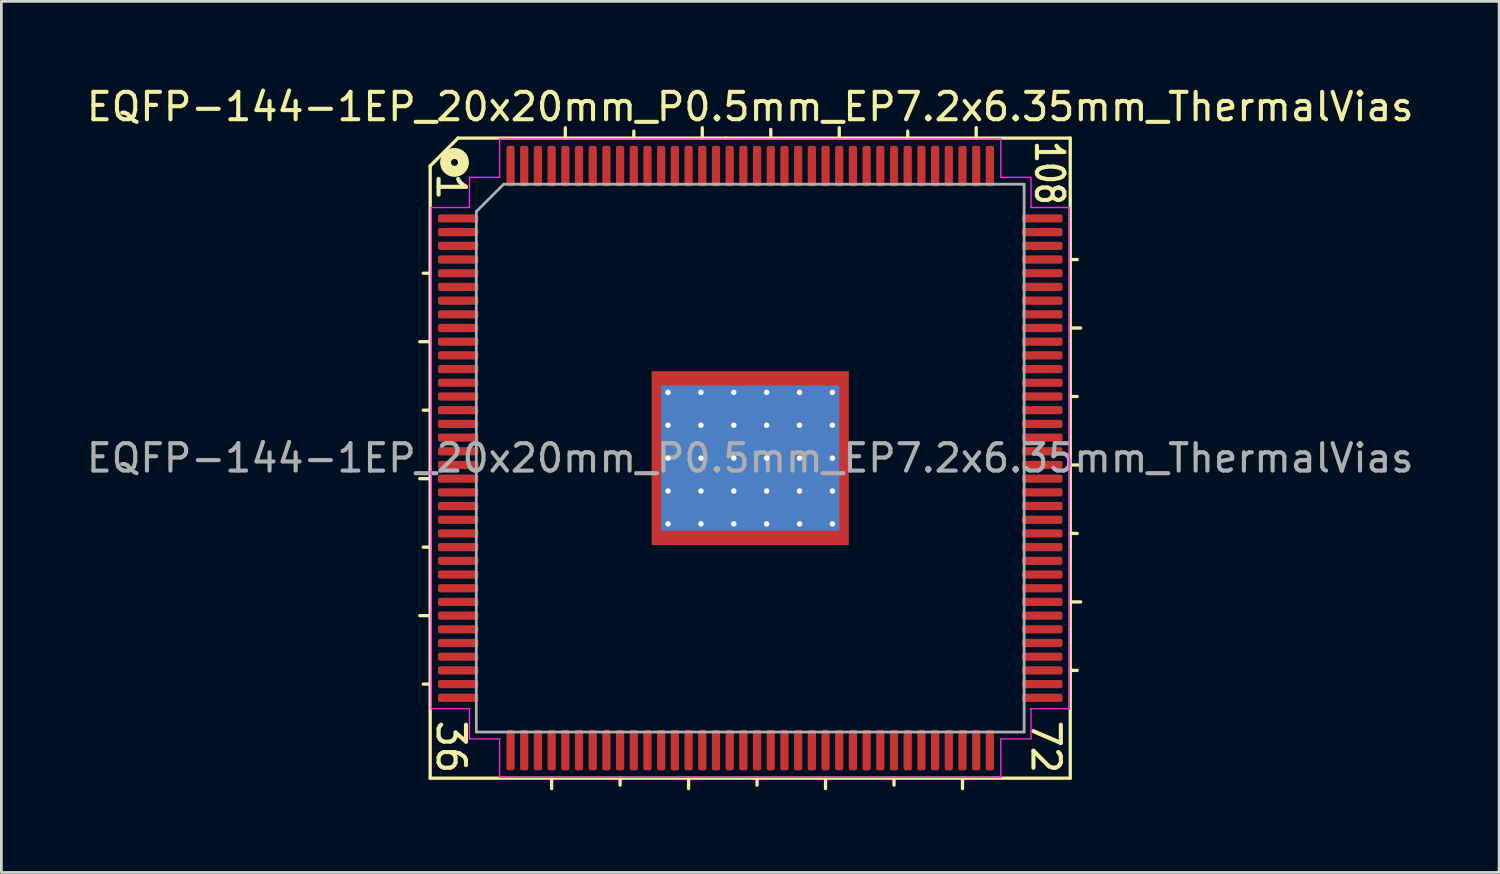
<source format=kicad_pcb>
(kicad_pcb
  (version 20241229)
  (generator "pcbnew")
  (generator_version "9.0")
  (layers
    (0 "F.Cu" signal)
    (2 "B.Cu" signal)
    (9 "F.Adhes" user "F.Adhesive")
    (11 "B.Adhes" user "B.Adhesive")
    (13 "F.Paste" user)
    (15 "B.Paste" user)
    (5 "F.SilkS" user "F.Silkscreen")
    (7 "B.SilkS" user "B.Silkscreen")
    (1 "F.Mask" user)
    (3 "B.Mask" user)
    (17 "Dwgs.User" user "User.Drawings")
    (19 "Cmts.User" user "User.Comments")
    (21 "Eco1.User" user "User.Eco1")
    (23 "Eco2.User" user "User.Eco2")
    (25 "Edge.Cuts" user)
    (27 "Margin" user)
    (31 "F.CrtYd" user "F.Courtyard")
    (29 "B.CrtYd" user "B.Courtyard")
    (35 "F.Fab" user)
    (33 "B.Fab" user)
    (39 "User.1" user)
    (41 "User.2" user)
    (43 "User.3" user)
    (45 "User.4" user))
  (footprint "EQFP-144-1EP_20x20mm_P0.5mm_EP7.2x6.35mm_ThermalVias"
    (layer "F.Cu")
    (at 24.339 13.675)
    (property "Reference" "EQFP-144-1EP_20x20mm_P0.5mm_EP7.2x6.35mm_ThermalVias" (at 0 -12.827 0) (layer "F.SilkS") (effects (font (size 1 1) (thickness 0.15))))
    (attr smd)
    (fp_line (start -11.684 -10.668) (end -11.684 11.684) (stroke (width 0.12) (type solid)) (layer "F.SilkS"))
    (fp_line (start -11.684 -6.75) (end -11.938 -6.75) (stroke (width 0.12) (type solid)) (layer "F.SilkS"))
    (fp_line (start -11.684 -4.25) (end -12.065 -4.25) (stroke (width 0.12) (type solid)) (layer "F.SilkS"))
    (fp_line (start -11.684 -1.75) (end -11.938 -1.75) (stroke (width 0.12) (type solid)) (layer "F.SilkS"))
    (fp_line (start -11.684 0.75) (end -12.065 0.75) (stroke (width 0.12) (type solid)) (layer "F.SilkS"))
    (fp_line (start -11.684 3.25) (end -11.938 3.25) (stroke (width 0.12) (type solid)) (layer "F.SilkS"))
    (fp_line (start -11.684 5.75) (end -12.065 5.75) (stroke (width 0.12) (type solid)) (layer "F.SilkS"))
    (fp_line (start -11.684 8.25) (end -11.938 8.25) (stroke (width 0.12) (type solid)) (layer "F.SilkS"))
    (fp_line (start -11.684 11.684) (end 11.684 11.684) (stroke (width 0.12) (type solid)) (layer "F.SilkS"))
    (fp_line (start -10.668 -11.684) (end -11.684 -10.668) (stroke (width 0.12) (type solid)) (layer "F.SilkS"))
    (fp_line (start -7.25 11.684) (end -7.25 12.065) (stroke (width 0.12) (type solid)) (layer "F.SilkS"))
    (fp_line (start -6.75 -11.684) (end -6.75 -12.065) (stroke (width 0.12) (type solid)) (layer "F.SilkS"))
    (fp_line (start -4.75 11.684) (end -4.75 11.938) (stroke (width 0.12) (type solid)) (layer "F.SilkS"))
    (fp_line (start -4.25 -11.684) (end -4.25 -11.938) (stroke (width 0.12) (type solid)) (layer "F.SilkS"))
    (fp_line (start -2.25 11.684) (end -2.25 12.065) (stroke (width 0.12) (type solid)) (layer "F.SilkS"))
    (fp_line (start -1.75 -11.684) (end -1.75 -12.065) (stroke (width 0.12) (type solid)) (layer "F.SilkS"))
    (fp_line (start -0.889 -11.684) (end -10.668 -11.684) (stroke (width 0.12) (type solid)) (layer "F.SilkS"))
    (fp_line (start 0.25 11.684) (end 0.25 11.938) (stroke (width 0.12) (type solid)) (layer "F.SilkS"))
    (fp_line (start 0.75 -11.75) (end 0.75 -12) (stroke (width 0.12) (type solid)) (layer "F.SilkS"))
    (fp_line (start 2.75 11.684) (end 2.75 12.065) (stroke (width 0.12) (type solid)) (layer "F.SilkS"))
    (fp_line (start 3.25 -11.684) (end 3.25 -12.065) (stroke (width 0.12) (type solid)) (layer "F.SilkS"))
    (fp_line (start 5.25 11.684) (end 5.25 11.938) (stroke (width 0.12) (type solid)) (layer "F.SilkS"))
    (fp_line (start 5.75 -11.684) (end 5.75 -11.938) (stroke (width 0.12) (type solid)) (layer "F.SilkS"))
    (fp_line (start 7.75 11.684) (end 7.75 12.065) (stroke (width 0.12) (type solid)) (layer "F.SilkS"))
    (fp_line (start 8.25 -11.684) (end 8.25 -12.065) (stroke (width 0.12) (type solid)) (layer "F.SilkS"))
    (fp_line (start 11.684 -11.684) (end -0.889 -11.684) (stroke (width 0.12) (type solid)) (layer "F.SilkS"))
    (fp_line (start 11.684 -7.25) (end 11.938 -7.25) (stroke (width 0.12) (type solid)) (layer "F.SilkS"))
    (fp_line (start 11.684 -4.75) (end 12.065 -4.75) (stroke (width 0.12) (type solid)) (layer "F.SilkS"))
    (fp_line (start 11.684 -2.25) (end 11.938 -2.25) (stroke (width 0.12) (type solid)) (layer "F.SilkS"))
    (fp_line (start 11.684 0.25) (end 12.065 0.25) (stroke (width 0.12) (type solid)) (layer "F.SilkS"))
    (fp_line (start 11.684 2.75) (end 11.938 2.75) (stroke (width 0.12) (type solid)) (layer "F.SilkS"))
    (fp_line (start 11.684 5.25) (end 12.065 5.25) (stroke (width 0.12) (type solid)) (layer "F.SilkS"))
    (fp_line (start 11.684 7.75) (end 11.938 7.75) (stroke (width 0.12) (type solid)) (layer "F.SilkS"))
    (fp_line (start 11.684 11.684) (end 11.684 -11.684) (stroke (width 0.12) (type solid)) (layer "F.SilkS"))
    (fp_circle (center -10.795 -10.795) (end -10.668 -10.795) (stroke (width 0.4) (type solid)) (fill no) (layer "F.SilkS"))
    (fp_line (start -11.65 -9.15) (end -11.65 0) (stroke (width 0.05) (type solid)) (layer "F.CrtYd"))
    (fp_line (start -11.65 9.15) (end -11.65 0) (stroke (width 0.05) (type solid)) (layer "F.CrtYd"))
    (fp_line (start -10.25 -10.25) (end -10.25 -9.15) (stroke (width 0.05) (type solid)) (layer "F.CrtYd"))
    (fp_line (start -10.25 -9.15) (end -11.65 -9.15) (stroke (width 0.05) (type solid)) (layer "F.CrtYd"))
    (fp_line (start -10.25 9.15) (end -11.65 9.15) (stroke (width 0.05) (type solid)) (layer "F.CrtYd"))
    (fp_line (start -10.25 10.25) (end -10.25 9.15) (stroke (width 0.05) (type solid)) (layer "F.CrtYd"))
    (fp_line (start -9.15 -11.65) (end -9.15 -10.25) (stroke (width 0.05) (type solid)) (layer "F.CrtYd"))
    (fp_line (start -9.15 -10.25) (end -10.25 -10.25) (stroke (width 0.05) (type solid)) (layer "F.CrtYd"))
    (fp_line (start -9.15 10.25) (end -10.25 10.25) (stroke (width 0.05) (type solid)) (layer "F.CrtYd"))
    (fp_line (start -9.15 11.65) (end -9.15 10.25) (stroke (width 0.05) (type solid)) (layer "F.CrtYd"))
    (fp_line (start 0 -11.65) (end -9.15 -11.65) (stroke (width 0.05) (type solid)) (layer "F.CrtYd"))
    (fp_line (start 0 -11.65) (end 9.15 -11.65) (stroke (width 0.05) (type solid)) (layer "F.CrtYd"))
    (fp_line (start 0 11.65) (end -9.15 11.65) (stroke (width 0.05) (type solid)) (layer "F.CrtYd"))
    (fp_line (start 0 11.65) (end 9.15 11.65) (stroke (width 0.05) (type solid)) (layer "F.CrtYd"))
    (fp_line (start 9.15 -11.65) (end 9.15 -10.25) (stroke (width 0.05) (type solid)) (layer "F.CrtYd"))
    (fp_line (start 9.15 -10.25) (end 10.25 -10.25) (stroke (width 0.05) (type solid)) (layer "F.CrtYd"))
    (fp_line (start 9.15 10.25) (end 10.25 10.25) (stroke (width 0.05) (type solid)) (layer "F.CrtYd"))
    (fp_line (start 9.15 11.65) (end 9.15 10.25) (stroke (width 0.05) (type solid)) (layer "F.CrtYd"))
    (fp_line (start 10.25 -10.25) (end 10.25 -9.15) (stroke (width 0.05) (type solid)) (layer "F.CrtYd"))
    (fp_line (start 10.25 -9.15) (end 11.65 -9.15) (stroke (width 0.05) (type solid)) (layer "F.CrtYd"))
    (fp_line (start 10.25 9.15) (end 11.65 9.15) (stroke (width 0.05) (type solid)) (layer "F.CrtYd"))
    (fp_line (start 10.25 10.25) (end 10.25 9.15) (stroke (width 0.05) (type solid)) (layer "F.CrtYd"))
    (fp_line (start 11.65 -9.15) (end 11.65 0) (stroke (width 0.05) (type solid)) (layer "F.CrtYd"))
    (fp_line (start 11.65 9.15) (end 11.65 0) (stroke (width 0.05) (type solid)) (layer "F.CrtYd"))
    (fp_line (start -10 -9) (end -9 -10) (stroke (width 0.1) (type solid)) (layer "F.Fab"))
    (fp_line (start -10 10) (end -10 -9) (stroke (width 0.1) (type solid)) (layer "F.Fab"))
    (fp_line (start -9 -10) (end 10 -10) (stroke (width 0.1) (type solid)) (layer "F.Fab"))
    (fp_line (start 10 -10) (end 10 10) (stroke (width 0.1) (type solid)) (layer "F.Fab"))
    (fp_line (start 10 10) (end -10 10) (stroke (width 0.1) (type solid)) (layer "F.Fab"))
    (fp_text user "108" (at 10.922 -10.414 270) (unlocked yes) (layer "F.SilkS") (effects (font (size 1 0.8) (thickness 0.15))))
    (fp_text user "1" (at -10.922 -9.906 270) (unlocked yes) (layer "F.SilkS") (effects (font (size 1 1) (thickness 0.15))))
    (fp_text user "72" (at 10.795 10.541 270) (unlocked yes) (layer "F.SilkS") (effects (font (size 1 1) (thickness 0.15))))
    (fp_text user "36" (at -10.922 10.541 270) (unlocked yes) (layer "F.SilkS") (effects (font (size 1 1) (thickness 0.15))))
    (fp_text user "${REFERENCE}" (at 0 0 0) (layer "F.Fab") (effects (font (size 1 1) (thickness 0.15))))
    (pad "" smd custom (at -3.3 -2.788) (size 0.378 0.378) (layers "F.Paste") (options (anchor circle)) (primitives (gr_poly (pts (xy -0.136 -0.207) (xy 0.136 -0.207) (xy 0.136 0.119) (xy 0.048 0.207) (xy -0.136 0.207)) (width 0.212) (fill yes))))
    (pad "" smd custom (at -3.3 -1.8) (size 0.407 0.407) (layers "F.Paste") (options (anchor circle)) (primitives (gr_poly (pts (xy -0.165 -0.407) (xy 0.102 -0.407) (xy 0.165 -0.344) (xy 0.165 0.344) (xy 0.102 0.407) (xy -0.165 0.407)) (width 0.153) (fill yes))))
    (pad "" smd custom (at -3.3 -0.6) (size 0.407 0.407) (layers "F.Paste") (options (anchor circle)) (primitives (gr_poly (pts (xy -0.165 -0.407) (xy 0.102 -0.407) (xy 0.165 -0.344) (xy 0.165 0.344) (xy 0.102 0.407) (xy -0.165 0.407)) (width 0.153) (fill yes))))
    (pad "" smd custom (at -3.3 0.6) (size 0.407 0.407) (layers "F.Paste") (options (anchor circle)) (primitives (gr_poly (pts (xy -0.165 -0.407) (xy 0.102 -0.407) (xy 0.165 -0.344) (xy 0.165 0.344) (xy 0.102 0.407) (xy -0.165 0.407)) (width 0.153) (fill yes))))
    (pad "" smd custom (at -3.3 1.8) (size 0.407 0.407) (layers "F.Paste") (options (anchor circle)) (primitives (gr_poly (pts (xy -0.165 -0.407) (xy 0.102 -0.407) (xy 0.165 -0.344) (xy 0.165 0.344) (xy 0.102 0.407) (xy -0.165 0.407)) (width 0.153) (fill yes))))
    (pad "" smd custom (at -3.3 2.788) (size 0.378 0.378) (layers "F.Paste") (options (anchor circle)) (primitives (gr_poly (pts (xy -0.136 -0.207) (xy 0.048 -0.207) (xy 0.136 -0.119) (xy 0.136 0.207) (xy -0.136 0.207)) (width 0.212) (fill yes))))
    (pad "" smd roundrect (at -2.4 -2.788) (size 0.967 0.625) (layers "F.Paste") (roundrect_rratio 0.25))
    (pad "" smd roundrect (at -2.4 -1.8) (size 0.967 0.967) (layers "F.Paste") (roundrect_rratio 0.25))
    (pad "" smd roundrect (at -2.4 -0.6) (size 0.967 0.967) (layers "F.Paste") (roundrect_rratio 0.25))
    (pad "" smd roundrect (at -2.4 0.6) (size 0.967 0.967) (layers "F.Paste") (roundrect_rratio 0.25))
    (pad "" smd roundrect (at -2.4 1.8) (size 0.967 0.967) (layers "F.Paste") (roundrect_rratio 0.25))
    (pad "" smd roundrect (at -2.4 2.788) (size 0.967 0.625) (layers "F.Paste") (roundrect_rratio 0.25))
    (pad "" smd roundrect (at -1.2 -2.788) (size 0.967 0.625) (layers "F.Paste") (roundrect_rratio 0.25))
    (pad "" smd roundrect (at -1.2 -1.8) (size 0.967 0.967) (layers "F.Paste") (roundrect_rratio 0.25))
    (pad "" smd roundrect (at -1.2 -0.6) (size 0.967 0.967) (layers "F.Paste") (roundrect_rratio 0.25))
    (pad "" smd roundrect (at -1.2 0.6) (size 0.967 0.967) (layers "F.Paste") (roundrect_rratio 0.25))
    (pad "" smd roundrect (at -1.2 1.8) (size 0.967 0.967) (layers "F.Paste") (roundrect_rratio 0.25))
    (pad "" smd roundrect (at -1.2 2.788) (size 0.967 0.625) (layers "F.Paste") (roundrect_rratio 0.25))
    (pad "" smd roundrect (at 0 -2.788) (size 0.967 0.625) (layers "F.Paste") (roundrect_rratio 0.25))
    (pad "" smd roundrect (at 0 -1.8) (size 0.967 0.967) (layers "F.Paste") (roundrect_rratio 0.25))
    (pad "" smd roundrect (at 0 -0.6) (size 0.967 0.967) (layers "F.Paste") (roundrect_rratio 0.25))
    (pad "" smd roundrect (at 0 0.6) (size 0.967 0.967) (layers "F.Paste") (roundrect_rratio 0.25))
    (pad "" smd roundrect (at 0 1.8) (size 0.967 0.967) (layers "F.Paste") (roundrect_rratio 0.25))
    (pad "" smd roundrect (at 0 2.788) (size 0.967 0.625) (layers "F.Paste") (roundrect_rratio 0.25))
    (pad "" smd roundrect (at 1.2 -2.788) (size 0.967 0.625) (layers "F.Paste") (roundrect_rratio 0.25))
    (pad "" smd roundrect (at 1.2 -1.8) (size 0.967 0.967) (layers "F.Paste") (roundrect_rratio 0.25))
    (pad "" smd roundrect (at 1.2 -0.6) (size 0.967 0.967) (layers "F.Paste") (roundrect_rratio 0.25))
    (pad "" smd roundrect (at 1.2 0.6) (size 0.967 0.967) (layers "F.Paste") (roundrect_rratio 0.25))
    (pad "" smd roundrect (at 1.2 1.8) (size 0.967 0.967) (layers "F.Paste") (roundrect_rratio 0.25))
    (pad "" smd roundrect (at 1.2 2.788) (size 0.967 0.625) (layers "F.Paste") (roundrect_rratio 0.25))
    (pad "" smd roundrect (at 2.4 -2.788) (size 0.967 0.625) (layers "F.Paste") (roundrect_rratio 0.25))
    (pad "" smd roundrect (at 2.4 -1.8) (size 0.967 0.967) (layers "F.Paste") (roundrect_rratio 0.25))
    (pad "" smd roundrect (at 2.4 -0.6) (size 0.967 0.967) (layers "F.Paste") (roundrect_rratio 0.25))
    (pad "" smd roundrect (at 2.4 0.6) (size 0.967 0.967) (layers "F.Paste") (roundrect_rratio 0.25))
    (pad "" smd roundrect (at 2.4 1.8) (size 0.967 0.967) (layers "F.Paste") (roundrect_rratio 0.25))
    (pad "" smd roundrect (at 2.4 2.788) (size 0.967 0.625) (layers "F.Paste") (roundrect_rratio 0.25))
    (pad "" smd custom (at 3.3 -2.788) (size 0.378 0.378) (layers "F.Paste") (options (anchor circle)) (primitives (gr_poly (pts (xy -0.136 -0.207) (xy 0.136 -0.207) (xy 0.136 0.207) (xy -0.048 0.207) (xy -0.136 0.119)) (width 0.212) (fill yes))))
    (pad "" smd custom (at 3.3 -1.8) (size 0.407 0.407) (layers "F.Paste") (options (anchor circle)) (primitives (gr_poly (pts (xy -0.165 -0.344) (xy -0.102 -0.407) (xy 0.165 -0.407) (xy 0.165 0.407) (xy -0.102 0.407) (xy -0.165 0.344)) (width 0.153) (fill yes))))
    (pad "" smd custom (at 3.3 -0.6) (size 0.407 0.407) (layers "F.Paste") (options (anchor circle)) (primitives (gr_poly (pts (xy -0.165 -0.344) (xy -0.102 -0.407) (xy 0.165 -0.407) (xy 0.165 0.407) (xy -0.102 0.407) (xy -0.165 0.344)) (width 0.153) (fill yes))))
    (pad "" smd custom (at 3.3 0.6) (size 0.407 0.407) (layers "F.Paste") (options (anchor circle)) (primitives (gr_poly (pts (xy -0.165 -0.344) (xy -0.102 -0.407) (xy 0.165 -0.407) (xy 0.165 0.407) (xy -0.102 0.407) (xy -0.165 0.344)) (width 0.153) (fill yes))))
    (pad "" smd custom (at 3.3 1.8) (size 0.407 0.407) (layers "F.Paste") (options (anchor circle)) (primitives (gr_poly (pts (xy -0.165 -0.344) (xy -0.102 -0.407) (xy 0.165 -0.407) (xy 0.165 0.407) (xy -0.102 0.407) (xy -0.165 0.344)) (width 0.153) (fill yes))))
    (pad "" smd custom (at 3.3 2.788) (size 0.378 0.378) (layers "F.Paste") (options (anchor circle)) (primitives (gr_poly (pts (xy -0.136 -0.119) (xy -0.048 -0.207) (xy 0.136 -0.207) (xy 0.136 0.207) (xy -0.136 0.207)) (width 0.212) (fill yes))))
    (pad "1" smd roundrect (at -10.662 -8.75) (size 1.475 0.3) (layers "F.Cu" "F.Mask" "F.Paste") (roundrect_rratio 0.25))
    (pad "2" smd roundrect (at -10.662 -8.25) (size 1.475 0.3) (layers "F.Cu" "F.Mask" "F.Paste") (roundrect_rratio 0.25))
    (pad "3" smd roundrect (at -10.662 -7.75) (size 1.475 0.3) (layers "F.Cu" "F.Mask" "F.Paste") (roundrect_rratio 0.25))
    (pad "4" smd roundrect (at -10.662 -7.25) (size 1.475 0.3) (layers "F.Cu" "F.Mask" "F.Paste") (roundrect_rratio 0.25))
    (pad "5" smd roundrect (at -10.662 -6.75) (size 1.475 0.3) (layers "F.Cu" "F.Mask" "F.Paste") (roundrect_rratio 0.25))
    (pad "6" smd roundrect (at -10.662 -6.25) (size 1.475 0.3) (layers "F.Cu" "F.Mask" "F.Paste") (roundrect_rratio 0.25))
    (pad "7" smd roundrect (at -10.662 -5.75) (size 1.475 0.3) (layers "F.Cu" "F.Mask" "F.Paste") (roundrect_rratio 0.25))
    (pad "8" smd roundrect (at -10.662 -5.25) (size 1.475 0.3) (layers "F.Cu" "F.Mask" "F.Paste") (roundrect_rratio 0.25))
    (pad "9" smd roundrect (at -10.662 -4.75) (size 1.475 0.3) (layers "F.Cu" "F.Mask" "F.Paste") (roundrect_rratio 0.25))
    (pad "10" smd roundrect (at -10.662 -4.25) (size 1.475 0.3) (layers "F.Cu" "F.Mask" "F.Paste") (roundrect_rratio 0.25))
    (pad "11" smd roundrect (at -10.662 -3.75) (size 1.475 0.3) (layers "F.Cu" "F.Mask" "F.Paste") (roundrect_rratio 0.25))
    (pad "12" smd roundrect (at -10.662 -3.25) (size 1.475 0.3) (layers "F.Cu" "F.Mask" "F.Paste") (roundrect_rratio 0.25))
    (pad "13" smd roundrect (at -10.662 -2.75) (size 1.475 0.3) (layers "F.Cu" "F.Mask" "F.Paste") (roundrect_rratio 0.25))
    (pad "14" smd roundrect (at -10.662 -2.25) (size 1.475 0.3) (layers "F.Cu" "F.Mask" "F.Paste") (roundrect_rratio 0.25))
    (pad "15" smd roundrect (at -10.662 -1.75) (size 1.475 0.3) (layers "F.Cu" "F.Mask" "F.Paste") (roundrect_rratio 0.25))
    (pad "16" smd roundrect (at -10.662 -1.25) (size 1.475 0.3) (layers "F.Cu" "F.Mask" "F.Paste") (roundrect_rratio 0.25))
    (pad "17" smd roundrect (at -10.662 -0.75) (size 1.475 0.3) (layers "F.Cu" "F.Mask" "F.Paste") (roundrect_rratio 0.25))
    (pad "18" smd roundrect (at -10.662 -0.25) (size 1.475 0.3) (layers "F.Cu" "F.Mask" "F.Paste") (roundrect_rratio 0.25))
    (pad "19" smd roundrect (at -10.662 0.25) (size 1.475 0.3) (layers "F.Cu" "F.Mask" "F.Paste") (roundrect_rratio 0.25))
    (pad "20" smd roundrect (at -10.662 0.75) (size 1.475 0.3) (layers "F.Cu" "F.Mask" "F.Paste") (roundrect_rratio 0.25))
    (pad "21" smd roundrect (at -10.662 1.25) (size 1.475 0.3) (layers "F.Cu" "F.Mask" "F.Paste") (roundrect_rratio 0.25))
    (pad "22" smd roundrect (at -10.662 1.75) (size 1.475 0.3) (layers "F.Cu" "F.Mask" "F.Paste") (roundrect_rratio 0.25))
    (pad "23" smd roundrect (at -10.662 2.25) (size 1.475 0.3) (layers "F.Cu" "F.Mask" "F.Paste") (roundrect_rratio 0.25))
    (pad "24" smd roundrect (at -10.662 2.75) (size 1.475 0.3) (layers "F.Cu" "F.Mask" "F.Paste") (roundrect_rratio 0.25))
    (pad "25" smd roundrect (at -10.662 3.25) (size 1.475 0.3) (layers "F.Cu" "F.Mask" "F.Paste") (roundrect_rratio 0.25))
    (pad "26" smd roundrect (at -10.662 3.75) (size 1.475 0.3) (layers "F.Cu" "F.Mask" "F.Paste") (roundrect_rratio 0.25))
    (pad "27" smd roundrect (at -10.662 4.25) (size 1.475 0.3) (layers "F.Cu" "F.Mask" "F.Paste") (roundrect_rratio 0.25))
    (pad "28" smd roundrect (at -10.662 4.75) (size 1.475 0.3) (layers "F.Cu" "F.Mask" "F.Paste") (roundrect_rratio 0.25))
    (pad "29" smd roundrect (at -10.662 5.25) (size 1.475 0.3) (layers "F.Cu" "F.Mask" "F.Paste") (roundrect_rratio 0.25))
    (pad "30" smd roundrect (at -10.662 5.75) (size 1.475 0.3) (layers "F.Cu" "F.Mask" "F.Paste") (roundrect_rratio 0.25))
    (pad "31" smd roundrect (at -10.662 6.25) (size 1.475 0.3) (layers "F.Cu" "F.Mask" "F.Paste") (roundrect_rratio 0.25))
    (pad "32" smd roundrect (at -10.662 6.75) (size 1.475 0.3) (layers "F.Cu" "F.Mask" "F.Paste") (roundrect_rratio 0.25))
    (pad "33" smd roundrect (at -10.662 7.25) (size 1.475 0.3) (layers "F.Cu" "F.Mask" "F.Paste") (roundrect_rratio 0.25))
    (pad "34" smd roundrect (at -10.662 7.75) (size 1.475 0.3) (layers "F.Cu" "F.Mask" "F.Paste") (roundrect_rratio 0.25))
    (pad "35" smd roundrect (at -10.662 8.25) (size 1.475 0.3) (layers "F.Cu" "F.Mask" "F.Paste") (roundrect_rratio 0.25))
    (pad "36" smd roundrect (at -10.662 8.75) (size 1.475 0.3) (layers "F.Cu" "F.Mask" "F.Paste") (roundrect_rratio 0.25))
    (pad "37" smd roundrect (at -8.75 10.662) (size 0.3 1.475) (layers "F.Cu" "F.Mask" "F.Paste") (roundrect_rratio 0.25))
    (pad "38" smd roundrect (at -8.25 10.662) (size 0.3 1.475) (layers "F.Cu" "F.Mask" "F.Paste") (roundrect_rratio 0.25))
    (pad "39" smd roundrect (at -7.75 10.662) (size 0.3 1.475) (layers "F.Cu" "F.Mask" "F.Paste") (roundrect_rratio 0.25))
    (pad "40" smd roundrect (at -7.25 10.662) (size 0.3 1.475) (layers "F.Cu" "F.Mask" "F.Paste") (roundrect_rratio 0.25))
    (pad "41" smd roundrect (at -6.75 10.662) (size 0.3 1.475) (layers "F.Cu" "F.Mask" "F.Paste") (roundrect_rratio 0.25))
    (pad "42" smd roundrect (at -6.25 10.662) (size 0.3 1.475) (layers "F.Cu" "F.Mask" "F.Paste") (roundrect_rratio 0.25))
    (pad "43" smd roundrect (at -5.75 10.662) (size 0.3 1.475) (layers "F.Cu" "F.Mask" "F.Paste") (roundrect_rratio 0.25))
    (pad "44" smd roundrect (at -5.25 10.662) (size 0.3 1.475) (layers "F.Cu" "F.Mask" "F.Paste") (roundrect_rratio 0.25))
    (pad "45" smd roundrect (at -4.75 10.662) (size 0.3 1.475) (layers "F.Cu" "F.Mask" "F.Paste") (roundrect_rratio 0.25))
    (pad "46" smd roundrect (at -4.25 10.662) (size 0.3 1.475) (layers "F.Cu" "F.Mask" "F.Paste") (roundrect_rratio 0.25))
    (pad "47" smd roundrect (at -3.75 10.662) (size 0.3 1.475) (layers "F.Cu" "F.Mask" "F.Paste") (roundrect_rratio 0.25))
    (pad "48" smd roundrect (at -3.25 10.662) (size 0.3 1.475) (layers "F.Cu" "F.Mask" "F.Paste") (roundrect_rratio 0.25))
    (pad "49" smd roundrect (at -2.75 10.662) (size 0.3 1.475) (layers "F.Cu" "F.Mask" "F.Paste") (roundrect_rratio 0.25))
    (pad "50" smd roundrect (at -2.25 10.662) (size 0.3 1.475) (layers "F.Cu" "F.Mask" "F.Paste") (roundrect_rratio 0.25))
    (pad "51" smd roundrect (at -1.75 10.662) (size 0.3 1.475) (layers "F.Cu" "F.Mask" "F.Paste") (roundrect_rratio 0.25))
    (pad "52" smd roundrect (at -1.25 10.662) (size 0.3 1.475) (layers "F.Cu" "F.Mask" "F.Paste") (roundrect_rratio 0.25))
    (pad "53" smd roundrect (at -0.75 10.662) (size 0.3 1.475) (layers "F.Cu" "F.Mask" "F.Paste") (roundrect_rratio 0.25))
    (pad "54" smd roundrect (at -0.25 10.662) (size 0.3 1.475) (layers "F.Cu" "F.Mask" "F.Paste") (roundrect_rratio 0.25))
    (pad "55" smd roundrect (at 0.25 10.662) (size 0.3 1.475) (layers "F.Cu" "F.Mask" "F.Paste") (roundrect_rratio 0.25))
    (pad "56" smd roundrect (at 0.75 10.662) (size 0.3 1.475) (layers "F.Cu" "F.Mask" "F.Paste") (roundrect_rratio 0.25))
    (pad "57" smd roundrect (at 1.25 10.662) (size 0.3 1.475) (layers "F.Cu" "F.Mask" "F.Paste") (roundrect_rratio 0.25))
    (pad "58" smd roundrect (at 1.75 10.662) (size 0.3 1.475) (layers "F.Cu" "F.Mask" "F.Paste") (roundrect_rratio 0.25))
    (pad "59" smd roundrect (at 2.25 10.662) (size 0.3 1.475) (layers "F.Cu" "F.Mask" "F.Paste") (roundrect_rratio 0.25))
    (pad "60" smd roundrect (at 2.75 10.662) (size 0.3 1.475) (layers "F.Cu" "F.Mask" "F.Paste") (roundrect_rratio 0.25))
    (pad "61" smd roundrect (at 3.25 10.662) (size 0.3 1.475) (layers "F.Cu" "F.Mask" "F.Paste") (roundrect_rratio 0.25))
    (pad "62" smd roundrect (at 3.75 10.662) (size 0.3 1.475) (layers "F.Cu" "F.Mask" "F.Paste") (roundrect_rratio 0.25))
    (pad "63" smd roundrect (at 4.25 10.662) (size 0.3 1.475) (layers "F.Cu" "F.Mask" "F.Paste") (roundrect_rratio 0.25))
    (pad "64" smd roundrect (at 4.75 10.662) (size 0.3 1.475) (layers "F.Cu" "F.Mask" "F.Paste") (roundrect_rratio 0.25))
    (pad "65" smd roundrect (at 5.25 10.662) (size 0.3 1.475) (layers "F.Cu" "F.Mask" "F.Paste") (roundrect_rratio 0.25))
    (pad "66" smd roundrect (at 5.75 10.662) (size 0.3 1.475) (layers "F.Cu" "F.Mask" "F.Paste") (roundrect_rratio 0.25))
    (pad "67" smd roundrect (at 6.25 10.662) (size 0.3 1.475) (layers "F.Cu" "F.Mask" "F.Paste") (roundrect_rratio 0.25))
    (pad "68" smd roundrect (at 6.75 10.662) (size 0.3 1.475) (layers "F.Cu" "F.Mask" "F.Paste") (roundrect_rratio 0.25))
    (pad "69" smd roundrect (at 7.25 10.662) (size 0.3 1.475) (layers "F.Cu" "F.Mask" "F.Paste") (roundrect_rratio 0.25))
    (pad "70" smd roundrect (at 7.75 10.662) (size 0.3 1.475) (layers "F.Cu" "F.Mask" "F.Paste") (roundrect_rratio 0.25))
    (pad "71" smd roundrect (at 8.25 10.662) (size 0.3 1.475) (layers "F.Cu" "F.Mask" "F.Paste") (roundrect_rratio 0.25))
    (pad "72" smd roundrect (at 8.75 10.662) (size 0.3 1.475) (layers "F.Cu" "F.Mask" "F.Paste") (roundrect_rratio 0.25))
    (pad "73" smd roundrect (at 10.662 8.75) (size 1.475 0.3) (layers "F.Cu" "F.Mask" "F.Paste") (roundrect_rratio 0.25))
    (pad "74" smd roundrect (at 10.662 8.25) (size 1.475 0.3) (layers "F.Cu" "F.Mask" "F.Paste") (roundrect_rratio 0.25))
    (pad "75" smd roundrect (at 10.662 7.75) (size 1.475 0.3) (layers "F.Cu" "F.Mask" "F.Paste") (roundrect_rratio 0.25))
    (pad "76" smd roundrect (at 10.662 7.25) (size 1.475 0.3) (layers "F.Cu" "F.Mask" "F.Paste") (roundrect_rratio 0.25))
    (pad "77" smd roundrect (at 10.662 6.75) (size 1.475 0.3) (layers "F.Cu" "F.Mask" "F.Paste") (roundrect_rratio 0.25))
    (pad "78" smd roundrect (at 10.662 6.25) (size 1.475 0.3) (layers "F.Cu" "F.Mask" "F.Paste") (roundrect_rratio 0.25))
    (pad "79" smd roundrect (at 10.662 5.75) (size 1.475 0.3) (layers "F.Cu" "F.Mask" "F.Paste") (roundrect_rratio 0.25))
    (pad "80" smd roundrect (at 10.662 5.25) (size 1.475 0.3) (layers "F.Cu" "F.Mask" "F.Paste") (roundrect_rratio 0.25))
    (pad "81" smd roundrect (at 10.662 4.75) (size 1.475 0.3) (layers "F.Cu" "F.Mask" "F.Paste") (roundrect_rratio 0.25))
    (pad "82" smd roundrect (at 10.662 4.25) (size 1.475 0.3) (layers "F.Cu" "F.Mask" "F.Paste") (roundrect_rratio 0.25))
    (pad "83" smd roundrect (at 10.662 3.75) (size 1.475 0.3) (layers "F.Cu" "F.Mask" "F.Paste") (roundrect_rratio 0.25))
    (pad "84" smd roundrect (at 10.662 3.25) (size 1.475 0.3) (layers "F.Cu" "F.Mask" "F.Paste") (roundrect_rratio 0.25))
    (pad "85" smd roundrect (at 10.662 2.75) (size 1.475 0.3) (layers "F.Cu" "F.Mask" "F.Paste") (roundrect_rratio 0.25))
    (pad "86" smd roundrect (at 10.662 2.25) (size 1.475 0.3) (layers "F.Cu" "F.Mask" "F.Paste") (roundrect_rratio 0.25))
    (pad "87" smd roundrect (at 10.662 1.75) (size 1.475 0.3) (layers "F.Cu" "F.Mask" "F.Paste") (roundrect_rratio 0.25))
    (pad "88" smd roundrect (at 10.662 1.25) (size 1.475 0.3) (layers "F.Cu" "F.Mask" "F.Paste") (roundrect_rratio 0.25))
    (pad "89" smd roundrect (at 10.662 0.75) (size 1.475 0.3) (layers "F.Cu" "F.Mask" "F.Paste") (roundrect_rratio 0.25))
    (pad "90" smd roundrect (at 10.662 0.25) (size 1.475 0.3) (layers "F.Cu" "F.Mask" "F.Paste") (roundrect_rratio 0.25))
    (pad "91" smd roundrect (at 10.662 -0.25) (size 1.475 0.3) (layers "F.Cu" "F.Mask" "F.Paste") (roundrect_rratio 0.25))
    (pad "92" smd roundrect (at 10.662 -0.75) (size 1.475 0.3) (layers "F.Cu" "F.Mask" "F.Paste") (roundrect_rratio 0.25))
    (pad "93" smd roundrect (at 10.662 -1.25) (size 1.475 0.3) (layers "F.Cu" "F.Mask" "F.Paste") (roundrect_rratio 0.25))
    (pad "94" smd roundrect (at 10.662 -1.75) (size 1.475 0.3) (layers "F.Cu" "F.Mask" "F.Paste") (roundrect_rratio 0.25))
    (pad "95" smd roundrect (at 10.662 -2.25) (size 1.475 0.3) (layers "F.Cu" "F.Mask" "F.Paste") (roundrect_rratio 0.25))
    (pad "96" smd roundrect (at 10.662 -2.75) (size 1.475 0.3) (layers "F.Cu" "F.Mask" "F.Paste") (roundrect_rratio 0.25))
    (pad "97" smd roundrect (at 10.662 -3.25) (size 1.475 0.3) (layers "F.Cu" "F.Mask" "F.Paste") (roundrect_rratio 0.25))
    (pad "98" smd roundrect (at 10.662 -3.75) (size 1.475 0.3) (layers "F.Cu" "F.Mask" "F.Paste") (roundrect_rratio 0.25))
    (pad "99" smd roundrect (at 10.662 -4.25) (size 1.475 0.3) (layers "F.Cu" "F.Mask" "F.Paste") (roundrect_rratio 0.25))
    (pad "100" smd roundrect (at 10.662 -4.75) (size 1.475 0.3) (layers "F.Cu" "F.Mask" "F.Paste") (roundrect_rratio 0.25))
    (pad "101" smd roundrect (at 10.662 -5.25) (size 1.475 0.3) (layers "F.Cu" "F.Mask" "F.Paste") (roundrect_rratio 0.25))
    (pad "102" smd roundrect (at 10.662 -5.75) (size 1.475 0.3) (layers "F.Cu" "F.Mask" "F.Paste") (roundrect_rratio 0.25))
    (pad "103" smd roundrect (at 10.662 -6.25) (size 1.475 0.3) (layers "F.Cu" "F.Mask" "F.Paste") (roundrect_rratio 0.25))
    (pad "104" smd roundrect (at 10.662 -6.75) (size 1.475 0.3) (layers "F.Cu" "F.Mask" "F.Paste") (roundrect_rratio 0.25))
    (pad "105" smd roundrect (at 10.662 -7.25) (size 1.475 0.3) (layers "F.Cu" "F.Mask" "F.Paste") (roundrect_rratio 0.25))
    (pad "106" smd roundrect (at 10.662 -7.75) (size 1.475 0.3) (layers "F.Cu" "F.Mask" "F.Paste") (roundrect_rratio 0.25))
    (pad "107" smd roundrect (at 10.662 -8.25) (size 1.475 0.3) (layers "F.Cu" "F.Mask" "F.Paste") (roundrect_rratio 0.25))
    (pad "108" smd roundrect (at 10.662 -8.75) (size 1.475 0.3) (layers "F.Cu" "F.Mask" "F.Paste") (roundrect_rratio 0.25))
    (pad "109" smd roundrect (at 8.75 -10.662) (size 0.3 1.475) (layers "F.Cu" "F.Mask" "F.Paste") (roundrect_rratio 0.25))
    (pad "110" smd roundrect (at 8.25 -10.662) (size 0.3 1.475) (layers "F.Cu" "F.Mask" "F.Paste") (roundrect_rratio 0.25))
    (pad "111" smd roundrect (at 7.75 -10.662) (size 0.3 1.475) (layers "F.Cu" "F.Mask" "F.Paste") (roundrect_rratio 0.25))
    (pad "112" smd roundrect (at 7.25 -10.662) (size 0.3 1.475) (layers "F.Cu" "F.Mask" "F.Paste") (roundrect_rratio 0.25))
    (pad "113" smd roundrect (at 6.75 -10.662) (size 0.3 1.475) (layers "F.Cu" "F.Mask" "F.Paste") (roundrect_rratio 0.25))
    (pad "114" smd roundrect (at 6.25 -10.662) (size 0.3 1.475) (layers "F.Cu" "F.Mask" "F.Paste") (roundrect_rratio 0.25))
    (pad "115" smd roundrect (at 5.75 -10.662) (size 0.3 1.475) (layers "F.Cu" "F.Mask" "F.Paste") (roundrect_rratio 0.25))
    (pad "116" smd roundrect (at 5.25 -10.662) (size 0.3 1.475) (layers "F.Cu" "F.Mask" "F.Paste") (roundrect_rratio 0.25))
    (pad "117" smd roundrect (at 4.75 -10.662) (size 0.3 1.475) (layers "F.Cu" "F.Mask" "F.Paste") (roundrect_rratio 0.25))
    (pad "118" smd roundrect (at 4.25 -10.662) (size 0.3 1.475) (layers "F.Cu" "F.Mask" "F.Paste") (roundrect_rratio 0.25))
    (pad "119" smd roundrect (at 3.75 -10.662) (size 0.3 1.475) (layers "F.Cu" "F.Mask" "F.Paste") (roundrect_rratio 0.25))
    (pad "120" smd roundrect (at 3.25 -10.662) (size 0.3 1.475) (layers "F.Cu" "F.Mask" "F.Paste") (roundrect_rratio 0.25))
    (pad "121" smd roundrect (at 2.75 -10.662) (size 0.3 1.475) (layers "F.Cu" "F.Mask" "F.Paste") (roundrect_rratio 0.25))
    (pad "122" smd roundrect (at 2.25 -10.662) (size 0.3 1.475) (layers "F.Cu" "F.Mask" "F.Paste") (roundrect_rratio 0.25))
    (pad "123" smd roundrect (at 1.75 -10.662) (size 0.3 1.475) (layers "F.Cu" "F.Mask" "F.Paste") (roundrect_rratio 0.25))
    (pad "124" smd roundrect (at 1.25 -10.662) (size 0.3 1.475) (layers "F.Cu" "F.Mask" "F.Paste") (roundrect_rratio 0.25))
    (pad "125" smd roundrect (at 0.75 -10.662) (size 0.3 1.475) (layers "F.Cu" "F.Mask" "F.Paste") (roundrect_rratio 0.25))
    (pad "126" smd roundrect (at 0.25 -10.662) (size 0.3 1.475) (layers "F.Cu" "F.Mask" "F.Paste") (roundrect_rratio 0.25))
    (pad "127" smd roundrect (at -0.25 -10.662) (size 0.3 1.475) (layers "F.Cu" "F.Mask" "F.Paste") (roundrect_rratio 0.25))
    (pad "128" smd roundrect (at -0.75 -10.662) (size 0.3 1.475) (layers "F.Cu" "F.Mask" "F.Paste") (roundrect_rratio 0.25))
    (pad "129" smd roundrect (at -1.25 -10.662) (size 0.3 1.475) (layers "F.Cu" "F.Mask" "F.Paste") (roundrect_rratio 0.25))
    (pad "130" smd roundrect (at -1.75 -10.662) (size 0.3 1.475) (layers "F.Cu" "F.Mask" "F.Paste") (roundrect_rratio 0.25))
    (pad "131" smd roundrect (at -2.25 -10.662) (size 0.3 1.475) (layers "F.Cu" "F.Mask" "F.Paste") (roundrect_rratio 0.25))
    (pad "132" smd roundrect (at -2.75 -10.662) (size 0.3 1.475) (layers "F.Cu" "F.Mask" "F.Paste") (roundrect_rratio 0.25))
    (pad "133" smd roundrect (at -3.25 -10.662) (size 0.3 1.475) (layers "F.Cu" "F.Mask" "F.Paste") (roundrect_rratio 0.25))
    (pad "134" smd roundrect (at -3.75 -10.662) (size 0.3 1.475) (layers "F.Cu" "F.Mask" "F.Paste") (roundrect_rratio 0.25))
    (pad "135" smd roundrect (at -4.25 -10.662) (size 0.3 1.475) (layers "F.Cu" "F.Mask" "F.Paste") (roundrect_rratio 0.25))
    (pad "136" smd roundrect (at -4.75 -10.662) (size 0.3 1.475) (layers "F.Cu" "F.Mask" "F.Paste") (roundrect_rratio 0.25))
    (pad "137" smd roundrect (at -5.25 -10.662) (size 0.3 1.475) (layers "F.Cu" "F.Mask" "F.Paste") (roundrect_rratio 0.25))
    (pad "138" smd roundrect (at -5.75 -10.662) (size 0.3 1.475) (layers "F.Cu" "F.Mask" "F.Paste") (roundrect_rratio 0.25))
    (pad "139" smd roundrect (at -6.25 -10.662) (size 0.3 1.475) (layers "F.Cu" "F.Mask" "F.Paste") (roundrect_rratio 0.25))
    (pad "140" smd roundrect (at -6.75 -10.662) (size 0.3 1.475) (layers "F.Cu" "F.Mask" "F.Paste") (roundrect_rratio 0.25))
    (pad "141" smd roundrect (at -7.25 -10.662) (size 0.3 1.475) (layers "F.Cu" "F.Mask" "F.Paste") (roundrect_rratio 0.25))
    (pad "142" smd roundrect (at -7.75 -10.662) (size 0.3 1.475) (layers "F.Cu" "F.Mask" "F.Paste") (roundrect_rratio 0.25))
    (pad "143" smd roundrect (at -8.25 -10.662) (size 0.3 1.475) (layers "F.Cu" "F.Mask" "F.Paste") (roundrect_rratio 0.25))
    (pad "144" smd roundrect (at -8.75 -10.662) (size 0.3 1.475) (layers "F.Cu" "F.Mask" "F.Paste") (roundrect_rratio 0.25))
    (pad "145" thru_hole circle (at -3 -2.4) (size 0.5 0.5) (drill 0.2) (layers "*.Cu"))
    (pad "145" thru_hole circle (at -3 -1.2) (size 0.5 0.5) (drill 0.2) (layers "*.Cu"))
    (pad "145" thru_hole circle (at -3 0) (size 0.5 0.5) (drill 0.2) (layers "*.Cu"))
    (pad "145" thru_hole circle (at -3 1.2) (size 0.5 0.5) (drill 0.2) (layers "*.Cu"))
    (pad "145" thru_hole circle (at -3 2.4) (size 0.5 0.5) (drill 0.2) (layers "*.Cu"))
    (pad "145" thru_hole circle (at -1.8 -2.4) (size 0.5 0.5) (drill 0.2) (layers "*.Cu"))
    (pad "145" thru_hole circle (at -1.8 -1.2) (size 0.5 0.5) (drill 0.2) (layers "*.Cu"))
    (pad "145" thru_hole circle (at -1.8 0) (size 0.5 0.5) (drill 0.2) (layers "*.Cu"))
    (pad "145" thru_hole circle (at -1.8 1.2) (size 0.5 0.5) (drill 0.2) (layers "*.Cu"))
    (pad "145" thru_hole circle (at -1.8 2.4) (size 0.5 0.5) (drill 0.2) (layers "*.Cu"))
    (pad "145" thru_hole circle (at -0.6 -2.4) (size 0.5 0.5) (drill 0.2) (layers "*.Cu"))
    (pad "145" thru_hole circle (at -0.6 -1.2) (size 0.5 0.5) (drill 0.2) (layers "*.Cu"))
    (pad "145" thru_hole circle (at -0.6 0) (size 0.5 0.5) (drill 0.2) (layers "*.Cu"))
    (pad "145" thru_hole circle (at -0.6 1.2) (size 0.5 0.5) (drill 0.2) (layers "*.Cu"))
    (pad "145" thru_hole circle (at -0.6 2.4) (size 0.5 0.5) (drill 0.2) (layers "*.Cu"))
    (pad "145" smd rect (at 0 0) (size 6.5 5.3) (layers "B.Cu" "B.Mask"))
    (pad "145" smd rect (at 0 0) (size 7.2 6.35) (layers "F.Cu" "F.Mask"))
    (pad "145" thru_hole circle (at 0.6 -2.4) (size 0.5 0.5) (drill 0.2) (layers "*.Cu"))
    (pad "145" thru_hole circle (at 0.6 -1.2) (size 0.5 0.5) (drill 0.2) (layers "*.Cu"))
    (pad "145" thru_hole circle (at 0.6 0) (size 0.5 0.5) (drill 0.2) (layers "*.Cu"))
    (pad "145" thru_hole circle (at 0.6 1.2) (size 0.5 0.5) (drill 0.2) (layers "*.Cu"))
    (pad "145" thru_hole circle (at 0.6 2.4) (size 0.5 0.5) (drill 0.2) (layers "*.Cu"))
    (pad "145" thru_hole circle (at 1.8 -2.4) (size 0.5 0.5) (drill 0.2) (layers "*.Cu"))
    (pad "145" thru_hole circle (at 1.8 -1.2) (size 0.5 0.5) (drill 0.2) (layers "*.Cu"))
    (pad "145" thru_hole circle (at 1.8 0) (size 0.5 0.5) (drill 0.2) (layers "*.Cu"))
    (pad "145" thru_hole circle (at 1.8 1.2) (size 0.5 0.5) (drill 0.2) (layers "*.Cu"))
    (pad "145" thru_hole circle (at 1.8 2.4) (size 0.5 0.5) (drill 0.2) (layers "*.Cu"))
    (pad "145" thru_hole circle (at 3 -2.4) (size 0.5 0.5) (drill 0.2) (layers "*.Cu"))
    (pad "145" thru_hole circle (at 3 -1.2) (size 0.5 0.5) (drill 0.2) (layers "*.Cu"))
    (pad "145" thru_hole circle (at 3 0) (size 0.5 0.5) (drill 0.2) (layers "*.Cu"))
    (pad "145" thru_hole circle (at 3 1.2) (size 0.5 0.5) (drill 0.2) (layers "*.Cu"))
    (pad "145" thru_hole circle (at 3 2.4) (size 0.5 0.5) (drill 0.2) (layers "*.Cu")))
  (gr_rect
    (start -3 -3)
    (end 51.679 28.8)
    (stroke (width 0.1) (type default))
    (fill no)
    (layer "Edge.Cuts")))
</source>
